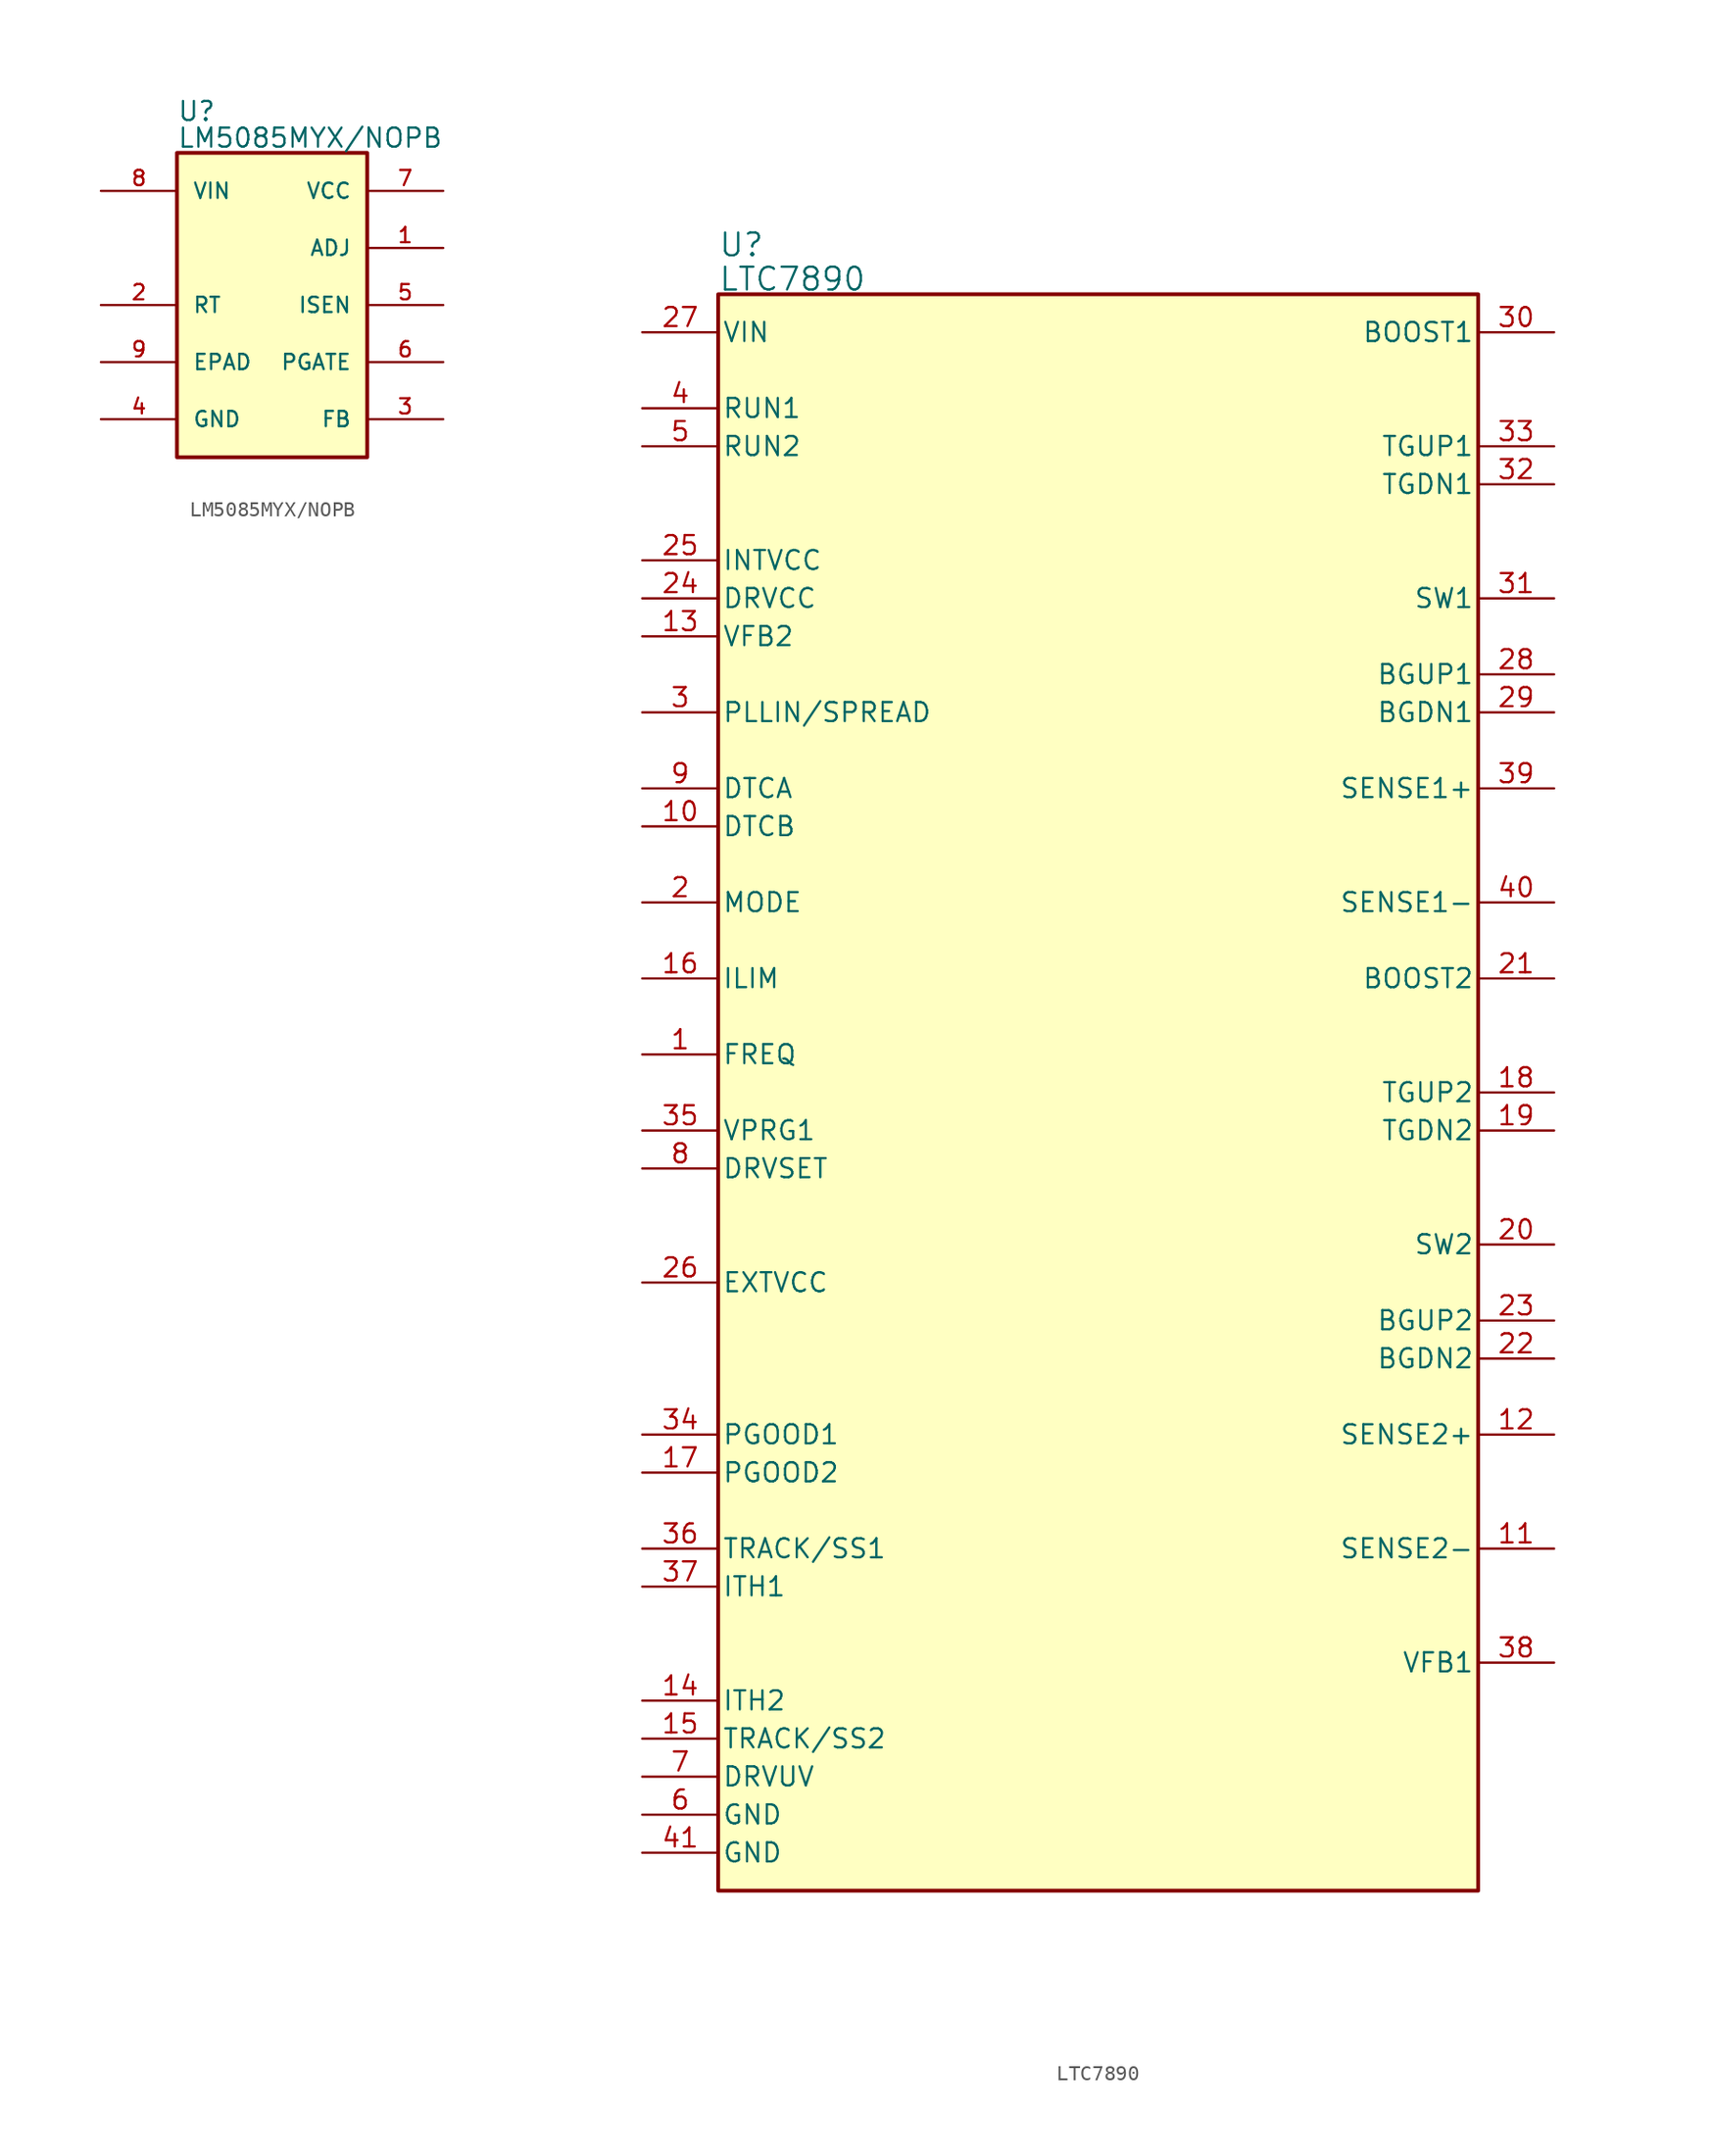
<source format=kicad_sym>
(kicad_symbol_lib
  (version 20241209)
  (generator "kicad_symbol_editor")
  (generator_version "9.0")
  (symbol "LM5085MYX/NOPB"
    (pin_names
      (offset 1.016))
    (property "Reference" "U"
      (at -6.35 14.732 0)
      (effects (font (size 1.27 1.27)) (justify left bottom)))
    (property "Value" "LM5085MYX/NOPB"
      (at -6.35 12.954 0)
      (effects (font (size 1.27 1.27)) (justify left bottom)))
    (symbol "LM5085MYX/NOPB_0_0"
      (rectangle (start -6.35 12.7) (end 6.35 -7.62) (stroke (width 0.254) (type default)) (fill (type background)))
      (pin input line (at -11.43 10.16 0) (length 5.08) (name "VIN" (effects (font (size 1.016 1.016)))) (number "8" (effects (font (size 1.016 1.016)))))
      (pin input line (at -11.43 2.54 0) (length 5.08) (name "RT" (effects (font (size 1.016 1.016)))) (number "2" (effects (font (size 1.016 1.016)))))
      (pin power_in line (at -11.43 -1.27 0) (length 5.08) (name "EPAD" (effects (font (size 1.016 1.016)))) (number "9" (effects (font (size 1.016 1.016)))))
      (pin power_in line (at -11.43 -5.08 0) (length 5.08) (name "GND" (effects (font (size 1.016 1.016)))) (number "4" (effects (font (size 1.016 1.016)))))
      (pin power_in line (at 11.43 10.16 180) (length 5.08) (name "VCC" (effects (font (size 1.016 1.016)))) (number "7" (effects (font (size 1.016 1.016)))))
      (pin input line (at 11.43 6.35 180) (length 5.08) (name "ADJ" (effects (font (size 1.016 1.016)))) (number "1" (effects (font (size 1.016 1.016)))))
      (pin input line (at 11.43 2.54 180) (length 5.08) (name "ISEN" (effects (font (size 1.016 1.016)))) (number "5" (effects (font (size 1.016 1.016)))))
      (pin output line (at 11.43 -1.27 180) (length 5.08) (name "PGATE" (effects (font (size 1.016 1.016)))) (number "6" (effects (font (size 1.016 1.016)))))
      (pin input line (at 11.43 -5.08 180) (length 5.08) (name "FB" (effects (font (size 1.016 1.016)))) (number "3" (effects (font (size 1.016 1.016)))))))
  (symbol "LTC7890"
    (pin_names
      (offset 0.254))
    (property "Reference" "U"
      (at 0 109.982 0)
      (effects (font (size 1.524 1.524)) (justify left)))
    (property "Value" "LTC7890"
      (at 0 107.696 0)
      (effects (font (size 1.524 1.524)) (justify left)))
    (symbol "LTC7890_1_1"
      (rectangle (start 0 106.68) (end 50.8 0) (stroke (width 0.254) (type solid)) (fill (type color) (color 255 255 194 1)))
      (pin power_in line (at -5.08 104.14 0) (length 5.08) (name "VIN" (effects (font (size 1.27 1.27)))) (number "27" (effects (font (size 1.27 1.27)))))
      (pin input line (at -5.08 99.06 0) (length 5.08) (name "RUN1" (effects (font (size 1.27 1.27)))) (number "4" (effects (font (size 1.27 1.27)))))
      (pin input line (at -5.08 96.52 0) (length 5.08) (name "RUN2" (effects (font (size 1.27 1.27)))) (number "5" (effects (font (size 1.27 1.27)))))
      (pin power_in line (at -5.08 88.9 0) (length 5.08) (name "INTVCC" (effects (font (size 1.27 1.27)))) (number "25" (effects (font (size 1.27 1.27)))))
      (pin power_in line (at -5.08 86.36 0) (length 5.08) (name "DRVCC" (effects (font (size 1.27 1.27)))) (number "24" (effects (font (size 1.27 1.27)))))
      (pin input line (at -5.08 83.82 0) (length 5.08) (name "VFB2" (effects (font (size 1.27 1.27)))) (number "13" (effects (font (size 1.27 1.27)))))
      (pin input line (at -5.08 78.74 0) (length 5.08) (name "PLLIN/SPREAD" (effects (font (size 1.27 1.27)))) (number "3" (effects (font (size 1.27 1.27)))))
      (pin unspecified line (at -5.08 73.66 0) (length 5.08) (name "DTCA" (effects (font (size 1.27 1.27)))) (number "9" (effects (font (size 1.27 1.27)))))
      (pin unspecified line (at -5.08 71.12 0) (length 5.08) (name "DTCB" (effects (font (size 1.27 1.27)))) (number "10" (effects (font (size 1.27 1.27)))))
      (pin input line (at -5.08 66.04 0) (length 5.08) (name "MODE" (effects (font (size 1.27 1.27)))) (number "2" (effects (font (size 1.27 1.27)))))
      (pin input line (at -5.08 60.96 0) (length 5.08) (name "ILIM" (effects (font (size 1.27 1.27)))) (number "16" (effects (font (size 1.27 1.27)))))
      (pin unspecified line (at -5.08 55.88 0) (length 5.08) (name "FREQ" (effects (font (size 1.27 1.27)))) (number "1" (effects (font (size 1.27 1.27)))))
      (pin unspecified line (at -5.08 50.8 0) (length 5.08) (name "VPRG1" (effects (font (size 1.27 1.27)))) (number "35" (effects (font (size 1.27 1.27)))))
      (pin unspecified line (at -5.08 48.26 0) (length 5.08) (name "DRVSET" (effects (font (size 1.27 1.27)))) (number "8" (effects (font (size 1.27 1.27)))))
      (pin power_in line (at -5.08 40.64 0) (length 5.08) (name "EXTVCC" (effects (font (size 1.27 1.27)))) (number "26" (effects (font (size 1.27 1.27)))))
      (pin output line (at -5.08 30.48 0) (length 5.08) (name "PGOOD1" (effects (font (size 1.27 1.27)))) (number "34" (effects (font (size 1.27 1.27)))))
      (pin output line (at -5.08 27.94 0) (length 5.08) (name "PGOOD2" (effects (font (size 1.27 1.27)))) (number "17" (effects (font (size 1.27 1.27)))))
      (pin input line (at -5.08 22.86 0) (length 5.08) (name "TRACK/SS1" (effects (font (size 1.27 1.27)))) (number "36" (effects (font (size 1.27 1.27)))))
      (pin output line (at -5.08 20.32 0) (length 5.08) (name "ITH1" (effects (font (size 1.27 1.27)))) (number "37" (effects (font (size 1.27 1.27)))))
      (pin output line (at -5.08 12.7 0) (length 5.08) (name "ITH2" (effects (font (size 1.27 1.27)))) (number "14" (effects (font (size 1.27 1.27)))))
      (pin input line (at -5.08 10.16 0) (length 5.08) (name "TRACK/SS2" (effects (font (size 1.27 1.27)))) (number "15" (effects (font (size 1.27 1.27)))))
      (pin unspecified line (at -5.08 7.62 0) (length 5.08) (name "DRVUV" (effects (font (size 1.27 1.27)))) (number "7" (effects (font (size 1.27 1.27)))))
      (pin power_out line (at -5.08 5.08 0) (length 5.08) (name "GND" (effects (font (size 1.27 1.27)))) (number "6" (effects (font (size 1.27 1.27)))))
      (pin power_out line (at -5.08 2.54 0) (length 5.08) (name "GND" (effects (font (size 1.27 1.27)))) (number "41" (effects (font (size 1.27 1.27)))))
      (pin power_in line (at 55.88 104.14 180) (length 5.08) (name "BOOST1" (effects (font (size 1.27 1.27)))) (number "30" (effects (font (size 1.27 1.27)))))
      (pin unspecified line (at 55.88 96.52 180) (length 5.08) (name "TGUP1" (effects (font (size 1.27 1.27)))) (number "33" (effects (font (size 1.27 1.27)))))
      (pin unspecified line (at 55.88 93.98 180) (length 5.08) (name "TGDN1" (effects (font (size 1.27 1.27)))) (number "32" (effects (font (size 1.27 1.27)))))
      (pin unspecified line (at 55.88 86.36 180) (length 5.08) (name "SW1" (effects (font (size 1.27 1.27)))) (number "31" (effects (font (size 1.27 1.27)))))
      (pin unspecified line (at 55.88 81.28 180) (length 5.08) (name "BGUP1" (effects (font (size 1.27 1.27)))) (number "28" (effects (font (size 1.27 1.27)))))
      (pin unspecified line (at 55.88 78.74 180) (length 5.08) (name "BGDN1" (effects (font (size 1.27 1.27)))) (number "29" (effects (font (size 1.27 1.27)))))
      (pin input line (at 55.88 73.66 180) (length 5.08) (name "SENSE1+" (effects (font (size 1.27 1.27)))) (number "39" (effects (font (size 1.27 1.27)))))
      (pin input line (at 55.88 66.04 180) (length 5.08) (name "SENSE1-" (effects (font (size 1.27 1.27)))) (number "40" (effects (font (size 1.27 1.27)))))
      (pin power_in line (at 55.88 60.96 180) (length 5.08) (name "BOOST2" (effects (font (size 1.27 1.27)))) (number "21" (effects (font (size 1.27 1.27)))))
      (pin unspecified line (at 55.88 53.34 180) (length 5.08) (name "TGUP2" (effects (font (size 1.27 1.27)))) (number "18" (effects (font (size 1.27 1.27)))))
      (pin unspecified line (at 55.88 50.8 180) (length 5.08) (name "TGDN2" (effects (font (size 1.27 1.27)))) (number "19" (effects (font (size 1.27 1.27)))))
      (pin unspecified line (at 55.88 43.18 180) (length 5.08) (name "SW2" (effects (font (size 1.27 1.27)))) (number "20" (effects (font (size 1.27 1.27)))))
      (pin unspecified line (at 55.88 38.1 180) (length 5.08) (name "BGUP2" (effects (font (size 1.27 1.27)))) (number "23" (effects (font (size 1.27 1.27)))))
      (pin unspecified line (at 55.88 35.56 180) (length 5.08) (name "BGDN2" (effects (font (size 1.27 1.27)))) (number "22" (effects (font (size 1.27 1.27)))))
      (pin input line (at 55.88 30.48 180) (length 5.08) (name "SENSE2+" (effects (font (size 1.27 1.27)))) (number "12" (effects (font (size 1.27 1.27)))))
      (pin input line (at 55.88 22.86 180) (length 5.08) (name "SENSE2-" (effects (font (size 1.27 1.27)))) (number "11" (effects (font (size 1.27 1.27)))))
      (pin input line (at 55.88 15.24 180) (length 5.08) (name "VFB1" (effects (font (size 1.27 1.27)))) (number "38" (effects (font (size 1.27 1.27))))))))
</source>
